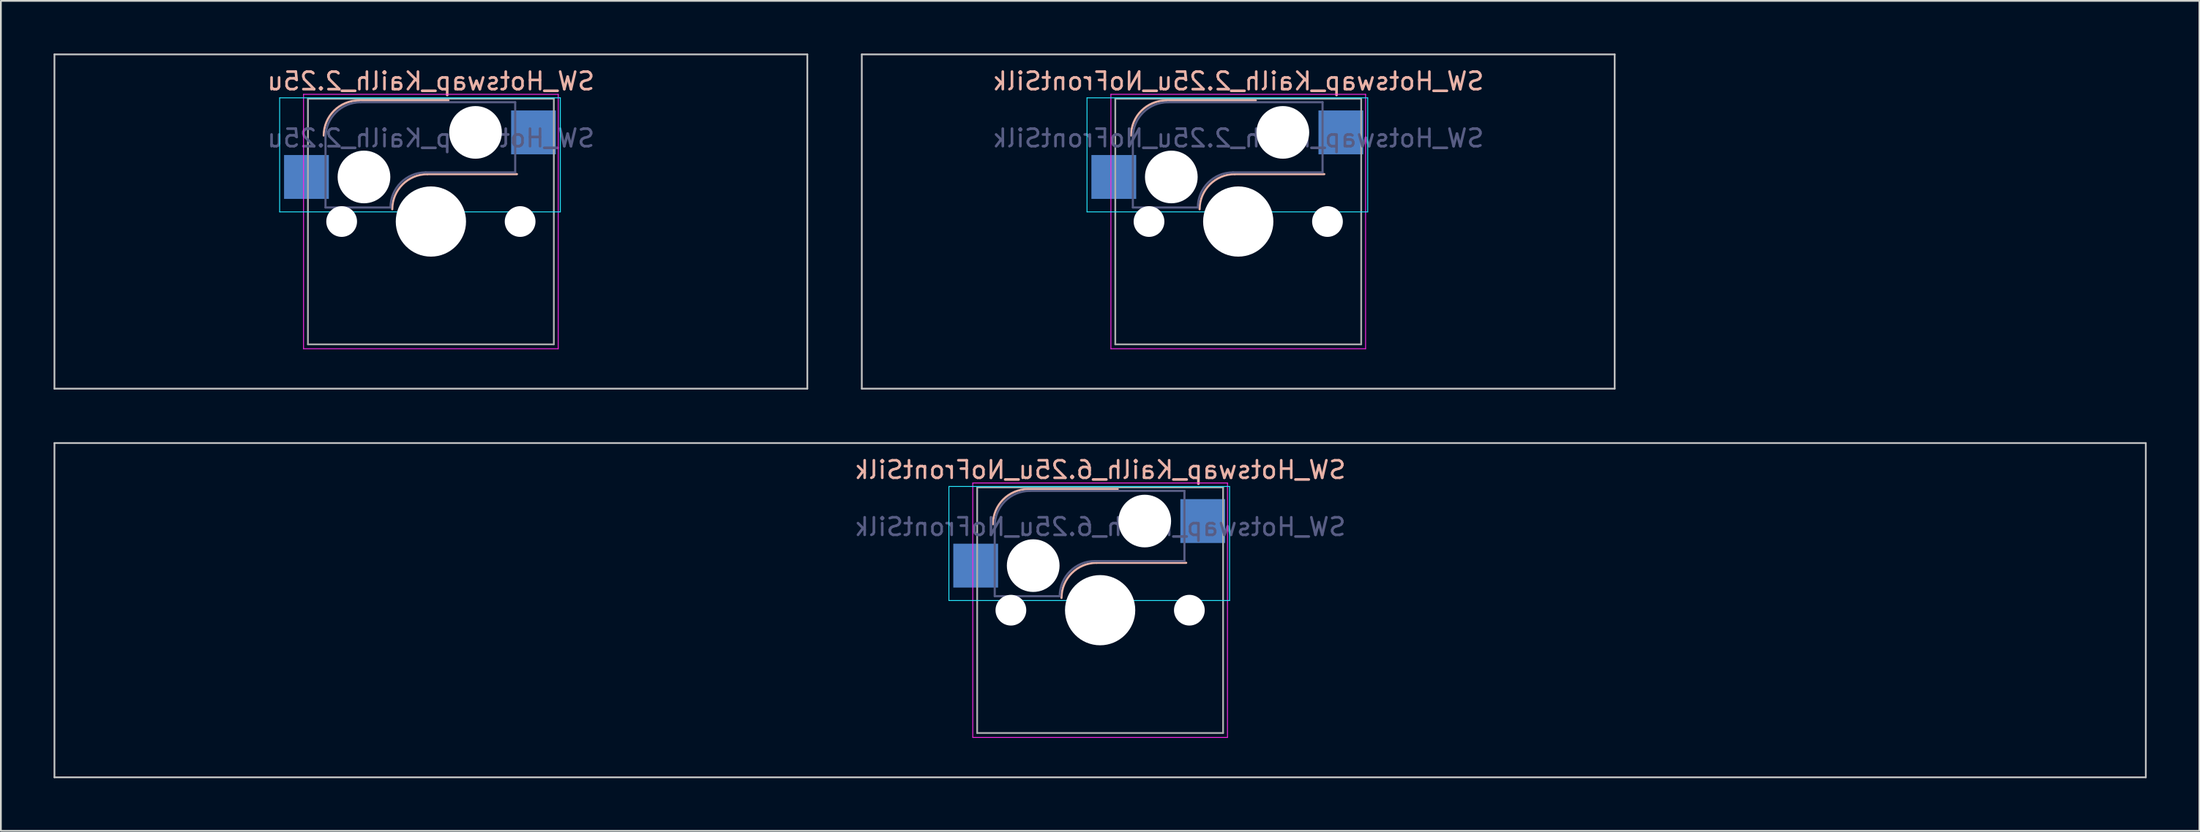
<source format=kicad_pcb>
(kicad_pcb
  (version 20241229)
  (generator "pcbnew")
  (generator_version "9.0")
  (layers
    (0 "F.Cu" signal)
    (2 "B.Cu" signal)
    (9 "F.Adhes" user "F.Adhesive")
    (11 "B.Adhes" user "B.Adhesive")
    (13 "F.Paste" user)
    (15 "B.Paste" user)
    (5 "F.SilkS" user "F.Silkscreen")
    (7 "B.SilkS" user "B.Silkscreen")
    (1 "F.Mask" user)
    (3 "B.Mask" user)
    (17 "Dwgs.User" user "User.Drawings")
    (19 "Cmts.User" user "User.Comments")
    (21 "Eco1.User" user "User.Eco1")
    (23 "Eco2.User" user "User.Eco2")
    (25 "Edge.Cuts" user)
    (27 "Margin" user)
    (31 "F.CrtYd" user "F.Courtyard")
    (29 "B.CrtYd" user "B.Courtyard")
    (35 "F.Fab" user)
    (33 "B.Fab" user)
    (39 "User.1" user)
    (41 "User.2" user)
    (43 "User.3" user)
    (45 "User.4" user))
  (footprint "SW_Hotswap_Kailh_2.25u_NoFrontSilk"
    (layer "F.Cu")
    (at 67.444 9.575)
    (property "Reference" "SW_Hotswap_Kailh_2.25u_NoFrontSilk" (at 0 -8 0) (layer "B.SilkS") (effects (font (size 1 1) (thickness 0.15)) (justify mirror)))
    (attr smd)
    (fp_line (start -4.1 -6.9) (end 1 -6.9) (stroke (width 0.12) (type solid)) (layer "B.SilkS"))
    (fp_line (start -0.2 -2.7) (end 4.9 -2.7) (stroke (width 0.12) (type solid)) (layer "B.SilkS"))
    (fp_arc (start -6.1 -4.9) (mid -5.514214 -6.314214) (end -4.1 -6.9) (stroke (width 0.12) (type solid)) (layer "B.SilkS"))
    (fp_arc (start -2.2 -0.7) (mid -1.614214 -2.114214) (end -0.2 -2.7) (stroke (width 0.12) (type solid)) (layer "B.SilkS"))
    (fp_line (start -21.431 -9.525) (end -21.431 9.525) (stroke (width 0.1) (type solid)) (layer "Dwgs.User"))
    (fp_line (start -21.431 9.525) (end 21.431 9.525) (stroke (width 0.1) (type solid)) (layer "Dwgs.User"))
    (fp_line (start 21.431 -9.525) (end -21.431 -9.525) (stroke (width 0.1) (type solid)) (layer "Dwgs.User"))
    (fp_line (start 21.431 9.525) (end 21.431 -9.525) (stroke (width 0.1) (type solid)) (layer "Dwgs.User"))
    (fp_line (start -8.61 -7.05) (end -8.61 -0.55) (stroke (width 0.05) (type solid)) (layer "B.CrtYd"))
    (fp_line (start -8.61 -0.55) (end 7.37 -0.55) (stroke (width 0.05) (type solid)) (layer "B.CrtYd"))
    (fp_line (start 7.37 -7.05) (end -8.61 -7.05) (stroke (width 0.05) (type solid)) (layer "B.CrtYd"))
    (fp_line (start 7.37 -0.55) (end 7.37 -7.05) (stroke (width 0.05) (type solid)) (layer "B.CrtYd"))
    (fp_line (start -7.25 -7.25) (end -7.25 7.25) (stroke (width 0.05) (type solid)) (layer "F.CrtYd"))
    (fp_line (start -7.25 7.25) (end 7.25 7.25) (stroke (width 0.05) (type solid)) (layer "F.CrtYd"))
    (fp_line (start 7.25 -7.25) (end -7.25 -7.25) (stroke (width 0.05) (type solid)) (layer "F.CrtYd"))
    (fp_line (start 7.25 7.25) (end 7.25 -7.25) (stroke (width 0.05) (type solid)) (layer "F.CrtYd"))
    (fp_line (start -6 -0.8) (end -6 -4.8) (stroke (width 0.12) (type solid)) (layer "B.Fab"))
    (fp_line (start -6 -0.8) (end -2.3 -0.8) (stroke (width 0.12) (type solid)) (layer "B.Fab"))
    (fp_line (start -4 -6.8) (end 4.8 -6.8) (stroke (width 0.12) (type solid)) (layer "B.Fab"))
    (fp_line (start -0.3 -2.8) (end 4.8 -2.8) (stroke (width 0.12) (type solid)) (layer "B.Fab"))
    (fp_line (start 4.8 -6.8) (end 4.8 -2.8) (stroke (width 0.12) (type solid)) (layer "B.Fab"))
    (fp_arc (start -6 -4.8) (mid -5.414214 -6.214214) (end -4 -6.8) (stroke (width 0.12) (type solid)) (layer "B.Fab"))
    (fp_arc (start -2.3 -0.8) (mid -1.714214 -2.214214) (end -0.3 -2.8) (stroke (width 0.12) (type solid)) (layer "B.Fab"))
    (fp_line (start -7 -7) (end -7 7) (stroke (width 0.1) (type solid)) (layer "F.Fab"))
    (fp_line (start -7 7) (end 7 7) (stroke (width 0.1) (type solid)) (layer "F.Fab"))
    (fp_line (start 7 -7) (end -7 -7) (stroke (width 0.1) (type solid)) (layer "F.Fab"))
    (fp_line (start 7 7) (end 7 -7) (stroke (width 0.1) (type solid)) (layer "F.Fab"))
    (fp_text user "${REFERENCE}" (at 0 -4.75 0) (layer "B.Fab") (effects (font (size 1 1) (thickness 0.15)) (justify mirror)))
    (pad "" np_thru_hole circle (at -5.08 0) (size 1.75 1.75) (drill 1.75) (layers "*.Cu" "*.Mask"))
    (pad "" np_thru_hole circle (at -3.81 -2.54) (size 3 3) (drill 3) (layers "*.Cu" "*.Mask"))
    (pad "" np_thru_hole circle (at 0 0) (size 4 4) (drill 4) (layers "*.Cu" "*.Mask"))
    (pad "" np_thru_hole circle (at 2.54 -5.08) (size 3 3) (drill 3) (layers "*.Cu" "*.Mask"))
    (pad "" np_thru_hole circle (at 5.08 0) (size 1.75 1.75) (drill 1.75) (layers "*.Cu" "*.Mask"))
    (pad "1" smd rect (at -7.085 -2.54) (size 2.55 2.5) (layers "B.Cu" "B.Mask" "B.Paste"))
    (pad "2" smd rect (at 5.842 -5.08) (size 2.55 2.5) (layers "B.Cu" "B.Mask" "B.Paste")))
  (footprint "SW_Hotswap_Kailh_6.25u_NoFrontSilk"
    (layer "F.Cu")
    (at 59.581 31.725)
    (property "Reference" "SW_Hotswap_Kailh_6.25u_NoFrontSilk" (at 0 -8 0) (layer "B.SilkS") (effects (font (size 1 1) (thickness 0.15)) (justify mirror)))
    (attr smd)
    (fp_line (start -4.1 -6.9) (end 1 -6.9) (stroke (width 0.12) (type solid)) (layer "B.SilkS"))
    (fp_line (start -0.2 -2.7) (end 4.9 -2.7) (stroke (width 0.12) (type solid)) (layer "B.SilkS"))
    (fp_arc (start -6.1 -4.9) (mid -5.514214 -6.314214) (end -4.1 -6.9) (stroke (width 0.12) (type solid)) (layer "B.SilkS"))
    (fp_arc (start -2.2 -0.7) (mid -1.614214 -2.114214) (end -0.2 -2.7) (stroke (width 0.12) (type solid)) (layer "B.SilkS"))
    (fp_line (start -59.531 -9.525) (end -59.531 9.525) (stroke (width 0.1) (type solid)) (layer "Dwgs.User"))
    (fp_line (start -59.531 9.525) (end 59.531 9.525) (stroke (width 0.1) (type solid)) (layer "Dwgs.User"))
    (fp_line (start 59.531 -9.525) (end -59.531 -9.525) (stroke (width 0.1) (type solid)) (layer "Dwgs.User"))
    (fp_line (start 59.531 9.525) (end 59.531 -9.525) (stroke (width 0.1) (type solid)) (layer "Dwgs.User"))
    (fp_line (start -8.61 -7.05) (end -8.61 -0.55) (stroke (width 0.05) (type solid)) (layer "B.CrtYd"))
    (fp_line (start -8.61 -0.55) (end 7.37 -0.55) (stroke (width 0.05) (type solid)) (layer "B.CrtYd"))
    (fp_line (start 7.37 -7.05) (end -8.61 -7.05) (stroke (width 0.05) (type solid)) (layer "B.CrtYd"))
    (fp_line (start 7.37 -0.55) (end 7.37 -7.05) (stroke (width 0.05) (type solid)) (layer "B.CrtYd"))
    (fp_line (start -7.25 -7.25) (end -7.25 7.25) (stroke (width 0.05) (type solid)) (layer "F.CrtYd"))
    (fp_line (start -7.25 7.25) (end 7.25 7.25) (stroke (width 0.05) (type solid)) (layer "F.CrtYd"))
    (fp_line (start 7.25 -7.25) (end -7.25 -7.25) (stroke (width 0.05) (type solid)) (layer "F.CrtYd"))
    (fp_line (start 7.25 7.25) (end 7.25 -7.25) (stroke (width 0.05) (type solid)) (layer "F.CrtYd"))
    (fp_line (start -6 -0.8) (end -6 -4.8) (stroke (width 0.12) (type solid)) (layer "B.Fab"))
    (fp_line (start -6 -0.8) (end -2.3 -0.8) (stroke (width 0.12) (type solid)) (layer "B.Fab"))
    (fp_line (start -4 -6.8) (end 4.8 -6.8) (stroke (width 0.12) (type solid)) (layer "B.Fab"))
    (fp_line (start -0.3 -2.8) (end 4.8 -2.8) (stroke (width 0.12) (type solid)) (layer "B.Fab"))
    (fp_line (start 4.8 -6.8) (end 4.8 -2.8) (stroke (width 0.12) (type solid)) (layer "B.Fab"))
    (fp_arc (start -6 -4.8) (mid -5.414214 -6.214214) (end -4 -6.8) (stroke (width 0.12) (type solid)) (layer "B.Fab"))
    (fp_arc (start -2.3 -0.8) (mid -1.714214 -2.214214) (end -0.3 -2.8) (stroke (width 0.12) (type solid)) (layer "B.Fab"))
    (fp_line (start -7 -7) (end -7 7) (stroke (width 0.1) (type solid)) (layer "F.Fab"))
    (fp_line (start -7 7) (end 7 7) (stroke (width 0.1) (type solid)) (layer "F.Fab"))
    (fp_line (start 7 -7) (end -7 -7) (stroke (width 0.1) (type solid)) (layer "F.Fab"))
    (fp_line (start 7 7) (end 7 -7) (stroke (width 0.1) (type solid)) (layer "F.Fab"))
    (fp_text user "${REFERENCE}" (at 0 -4.75 0) (layer "B.Fab") (effects (font (size 1 1) (thickness 0.15)) (justify mirror)))
    (pad "" np_thru_hole circle (at -5.08 0) (size 1.75 1.75) (drill 1.75) (layers "*.Cu" "*.Mask"))
    (pad "" np_thru_hole circle (at -3.81 -2.54) (size 3 3) (drill 3) (layers "*.Cu" "*.Mask"))
    (pad "" np_thru_hole circle (at 0 0) (size 4 4) (drill 4) (layers "*.Cu" "*.Mask"))
    (pad "" np_thru_hole circle (at 2.54 -5.08) (size 3 3) (drill 3) (layers "*.Cu" "*.Mask"))
    (pad "" np_thru_hole circle (at 5.08 0) (size 1.75 1.75) (drill 1.75) (layers "*.Cu" "*.Mask"))
    (pad "1" smd rect (at -7.085 -2.54) (size 2.55 2.5) (layers "B.Cu" "B.Mask" "B.Paste"))
    (pad "2" smd rect (at 5.842 -5.08) (size 2.55 2.5) (layers "B.Cu" "B.Mask" "B.Paste")))
  (footprint "SW_Hotswap_Kailh_2.25u"
    (layer "F.Cu")
    (at 21.481 9.575)
    (property "Reference" "SW_Hotswap_Kailh_2.25u" (at 0 -8 0) (layer "B.SilkS") (effects (font (size 1 1) (thickness 0.15)) (justify mirror)))
    (attr smd)
    (fp_line (start -4.1 -6.9) (end 1 -6.9) (stroke (width 0.12) (type solid)) (layer "B.SilkS"))
    (fp_line (start -0.2 -2.7) (end 4.9 -2.7) (stroke (width 0.12) (type solid)) (layer "B.SilkS"))
    (fp_arc (start -6.1 -4.9) (mid -5.514214 -6.314214) (end -4.1 -6.9) (stroke (width 0.12) (type solid)) (layer "B.SilkS"))
    (fp_arc (start -2.2 -0.7) (mid -1.614214 -2.114214) (end -0.2 -2.7) (stroke (width 0.12) (type solid)) (layer "B.SilkS"))
    (fp_line (start -21.431 -9.525) (end -21.431 9.525) (stroke (width 0.1) (type solid)) (layer "Dwgs.User"))
    (fp_line (start -21.431 9.525) (end 21.431 9.525) (stroke (width 0.1) (type solid)) (layer "Dwgs.User"))
    (fp_line (start 21.431 -9.525) (end -21.431 -9.525) (stroke (width 0.1) (type solid)) (layer "Dwgs.User"))
    (fp_line (start 21.431 9.525) (end 21.431 -9.525) (stroke (width 0.1) (type solid)) (layer "Dwgs.User"))
    (fp_line (start -8.61 -7.05) (end -8.61 -0.55) (stroke (width 0.05) (type solid)) (layer "B.CrtYd"))
    (fp_line (start -8.61 -0.55) (end 7.37 -0.55) (stroke (width 0.05) (type solid)) (layer "B.CrtYd"))
    (fp_line (start 7.37 -7.05) (end -8.61 -7.05) (stroke (width 0.05) (type solid)) (layer "B.CrtYd"))
    (fp_line (start 7.37 -0.55) (end 7.37 -7.05) (stroke (width 0.05) (type solid)) (layer "B.CrtYd"))
    (fp_line (start -7.25 -7.25) (end -7.25 7.25) (stroke (width 0.05) (type solid)) (layer "F.CrtYd"))
    (fp_line (start -7.25 7.25) (end 7.25 7.25) (stroke (width 0.05) (type solid)) (layer "F.CrtYd"))
    (fp_line (start 7.25 -7.25) (end -7.25 -7.25) (stroke (width 0.05) (type solid)) (layer "F.CrtYd"))
    (fp_line (start 7.25 7.25) (end 7.25 -7.25) (stroke (width 0.05) (type solid)) (layer "F.CrtYd"))
    (fp_line (start -6 -0.8) (end -6 -4.8) (stroke (width 0.12) (type solid)) (layer "B.Fab"))
    (fp_line (start -6 -0.8) (end -2.3 -0.8) (stroke (width 0.12) (type solid)) (layer "B.Fab"))
    (fp_line (start -4 -6.8) (end 4.8 -6.8) (stroke (width 0.12) (type solid)) (layer "B.Fab"))
    (fp_line (start -0.3 -2.8) (end 4.8 -2.8) (stroke (width 0.12) (type solid)) (layer "B.Fab"))
    (fp_line (start 4.8 -6.8) (end 4.8 -2.8) (stroke (width 0.12) (type solid)) (layer "B.Fab"))
    (fp_arc (start -6 -4.8) (mid -5.414214 -6.214214) (end -4 -6.8) (stroke (width 0.12) (type solid)) (layer "B.Fab"))
    (fp_arc (start -2.3 -0.8) (mid -1.714214 -2.214214) (end -0.3 -2.8) (stroke (width 0.12) (type solid)) (layer "B.Fab"))
    (fp_line (start -7 -7) (end -7 7) (stroke (width 0.1) (type solid)) (layer "F.Fab"))
    (fp_line (start -7 7) (end 7 7) (stroke (width 0.1) (type solid)) (layer "F.Fab"))
    (fp_line (start 7 -7) (end -7 -7) (stroke (width 0.1) (type solid)) (layer "F.Fab"))
    (fp_line (start 7 7) (end 7 -7) (stroke (width 0.1) (type solid)) (layer "F.Fab"))
    (fp_text user "${REFERENCE}" (at 0 -4.75 0) (layer "B.Fab") (effects (font (size 1 1) (thickness 0.15)) (justify mirror)))
    (pad "" np_thru_hole circle (at -5.08 0) (size 1.75 1.75) (drill 1.75) (layers "*.Cu" "*.Mask"))
    (pad "" np_thru_hole circle (at -3.81 -2.54) (size 3 3) (drill 3) (layers "*.Cu" "*.Mask"))
    (pad "" np_thru_hole circle (at 0 0) (size 4 4) (drill 4) (layers "*.Cu" "*.Mask"))
    (pad "" np_thru_hole circle (at 2.54 -5.08) (size 3 3) (drill 3) (layers "*.Cu" "*.Mask"))
    (pad "" np_thru_hole circle (at 5.08 0) (size 1.75 1.75) (drill 1.75) (layers "*.Cu" "*.Mask"))
    (pad "1" smd rect (at -7.085 -2.54) (size 2.55 2.5) (layers "B.Cu" "B.Mask" "B.Paste"))
    (pad "2" smd rect (at 5.842 -5.08) (size 2.55 2.5) (layers "B.Cu" "B.Mask" "B.Paste")))
  (gr_rect
    (start -3 -3)
    (end 122.162 44.3)
    (stroke (width 0.1) (type default))
    (fill no)
    (layer "Edge.Cuts")))
</source>
